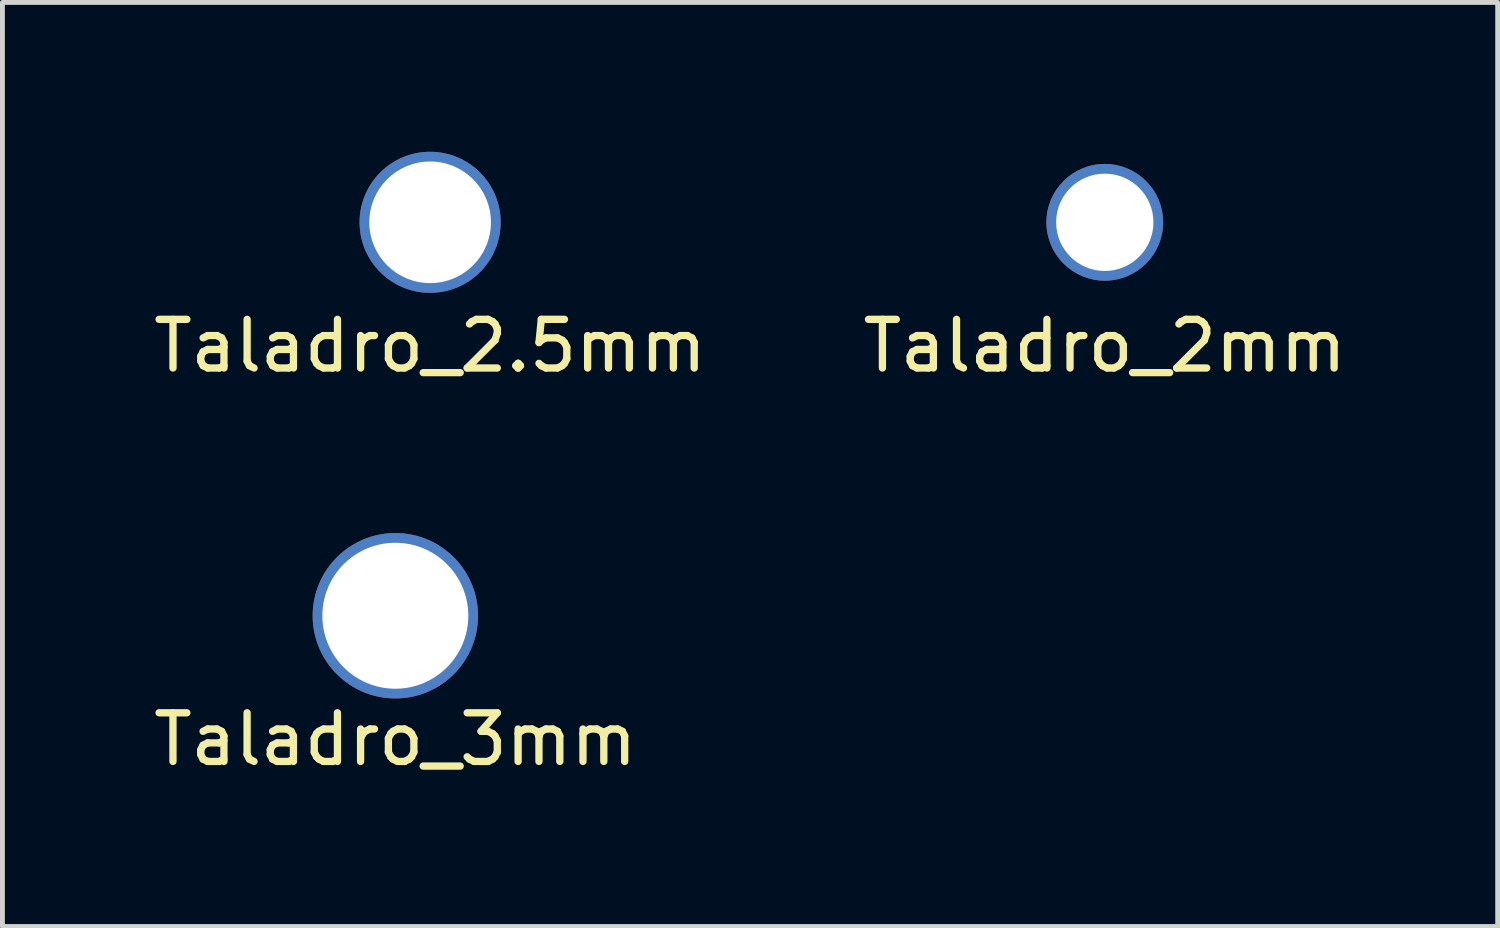
<source format=kicad_pcb>
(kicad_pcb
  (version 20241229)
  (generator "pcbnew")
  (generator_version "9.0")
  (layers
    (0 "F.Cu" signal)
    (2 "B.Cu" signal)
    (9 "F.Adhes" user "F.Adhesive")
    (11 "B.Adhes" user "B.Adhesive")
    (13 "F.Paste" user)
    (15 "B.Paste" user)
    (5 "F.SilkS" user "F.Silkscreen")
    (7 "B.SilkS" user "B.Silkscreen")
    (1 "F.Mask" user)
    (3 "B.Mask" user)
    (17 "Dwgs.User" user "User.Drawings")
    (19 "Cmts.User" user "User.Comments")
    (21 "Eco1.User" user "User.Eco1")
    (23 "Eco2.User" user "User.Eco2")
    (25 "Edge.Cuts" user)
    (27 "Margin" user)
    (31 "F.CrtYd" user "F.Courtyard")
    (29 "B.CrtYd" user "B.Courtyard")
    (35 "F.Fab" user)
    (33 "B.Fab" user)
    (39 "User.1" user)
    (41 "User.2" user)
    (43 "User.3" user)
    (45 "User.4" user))
  (footprint "Taladro_2.5mm"
    (layer "F.Cu")
    (at 5.792 0.25)
    (property "Reference" "Taladro_2.5mm" (at 0 3.81 0) (layer "F.SilkS") (effects (font (size 1 1) (thickness 0.15))))
    (attr through_hole)
    (pad "1" thru_hole circle (at 0 1.27) (size 2.9 2.9) (drill 2.5) (layers "*.Cu" "*.Mask")))
  (footprint "Taladro_2mm"
    (layer "F.Cu")
    (at 19.661 0.25)
    (property "Reference" "Taladro_2mm" (at 0 3.81 0) (layer "F.SilkS") (effects (font (size 1 1) (thickness 0.15))))
    (attr through_hole)
    (pad "1" thru_hole circle (at 0 1.27) (size 2.4 2.4) (drill 2) (layers "*.Cu" "*.Mask")))
  (footprint "Taladro_3mm"
    (layer "F.Cu")
    (at 5.077 8.338)
    (property "Reference" "Taladro_3mm" (at 0 3.81 0) (layer "F.SilkS") (effects (font (size 1 1) (thickness 0.15))))
    (attr through_hole)
    (pad "1" thru_hole circle (at 0 1.27) (size 3.4 3.4) (drill 3) (layers "*.Cu" "*.Mask")))
  (gr_rect
    (start -3 -3)
    (end 27.738 15.996)
    (stroke (width 0.1) (type default))
    (fill no)
    (layer "Edge.Cuts")))
</source>
